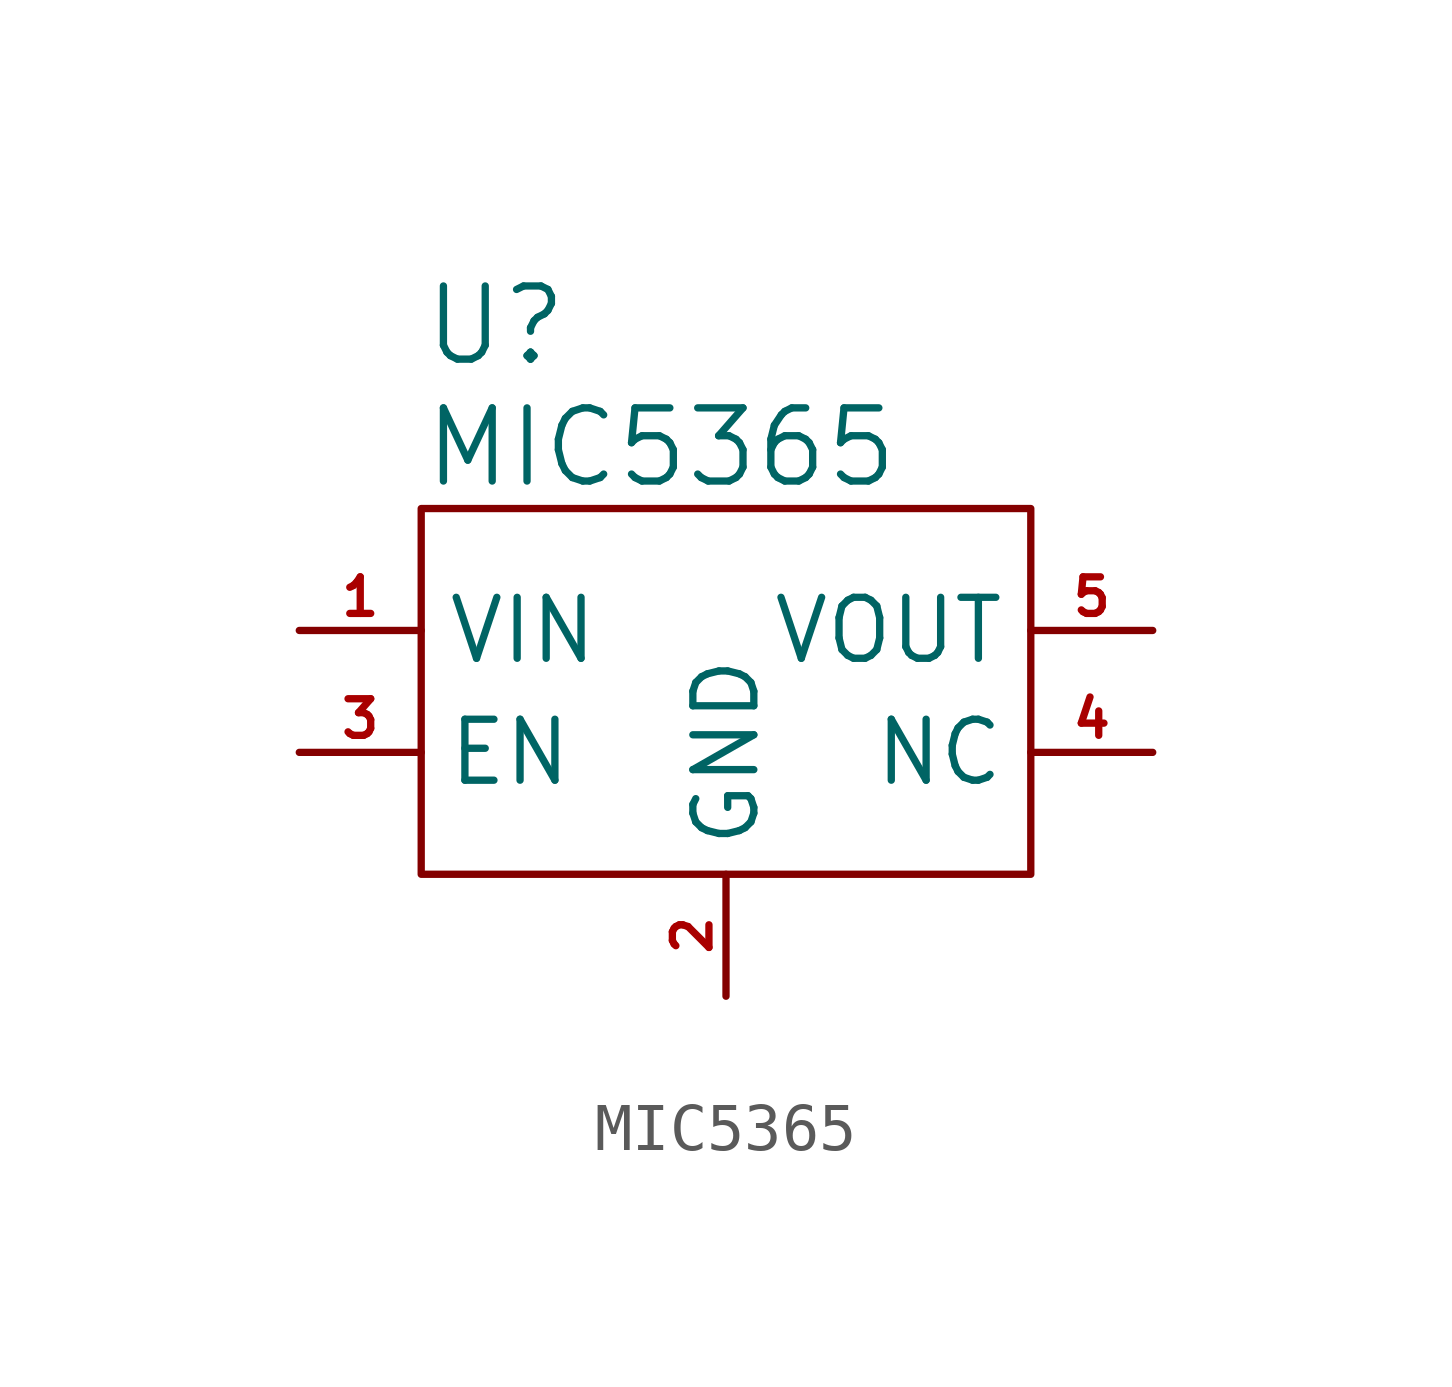
<source format=kicad_sym>
(kicad_symbol_lib
  (version 20211014)
  (generator kicad_symbol_editor)
  (symbol "MIC5365"
    (property "Reference" "U"
      (at -6.35 10.16 0)
      (effects (font (size 1.524 1.524)) (justify left)))
    (property "Value" "MIC5365"
      (at -6.35 7.62 0)
      (effects (font (size 1.524 1.524)) (justify left)))
    (symbol "MIC5365_0_1"
      (rectangle (start -6.35 6.35) (end 6.35 -1.27) (stroke (width 0) (type default) (color 0 0 0 0)) (fill (type none))))
    (symbol "MIC5365_1_1"
      (pin power_in line (at -8.89 3.81 0) (length 2.54) (name "VIN" (effects (font (size 1.27 1.27)))) (number "1" (effects (font (size 0.762 0.762)))))
      (pin power_in line (at 0 -3.81 90) (length 2.54) (name "GND" (effects (font (size 1.27 1.27)))) (number "2" (effects (font (size 0.762 0.762)))))
      (pin input line (at -8.89 1.27 0) (length 2.54) (name "EN" (effects (font (size 1.27 1.27)))) (number "3" (effects (font (size 0.762 0.762)))))
      (pin passive line (at 8.89 1.27 180) (length 2.54) (name "NC" (effects (font (size 1.27 1.27)))) (number "4" (effects (font (size 0.762 0.762)))))
      (pin power_out line (at 8.89 3.81 180) (length 2.54) (name "VOUT" (effects (font (size 1.27 1.27)))) (number "5" (effects (font (size 0.762 0.762))))))))
</source>
